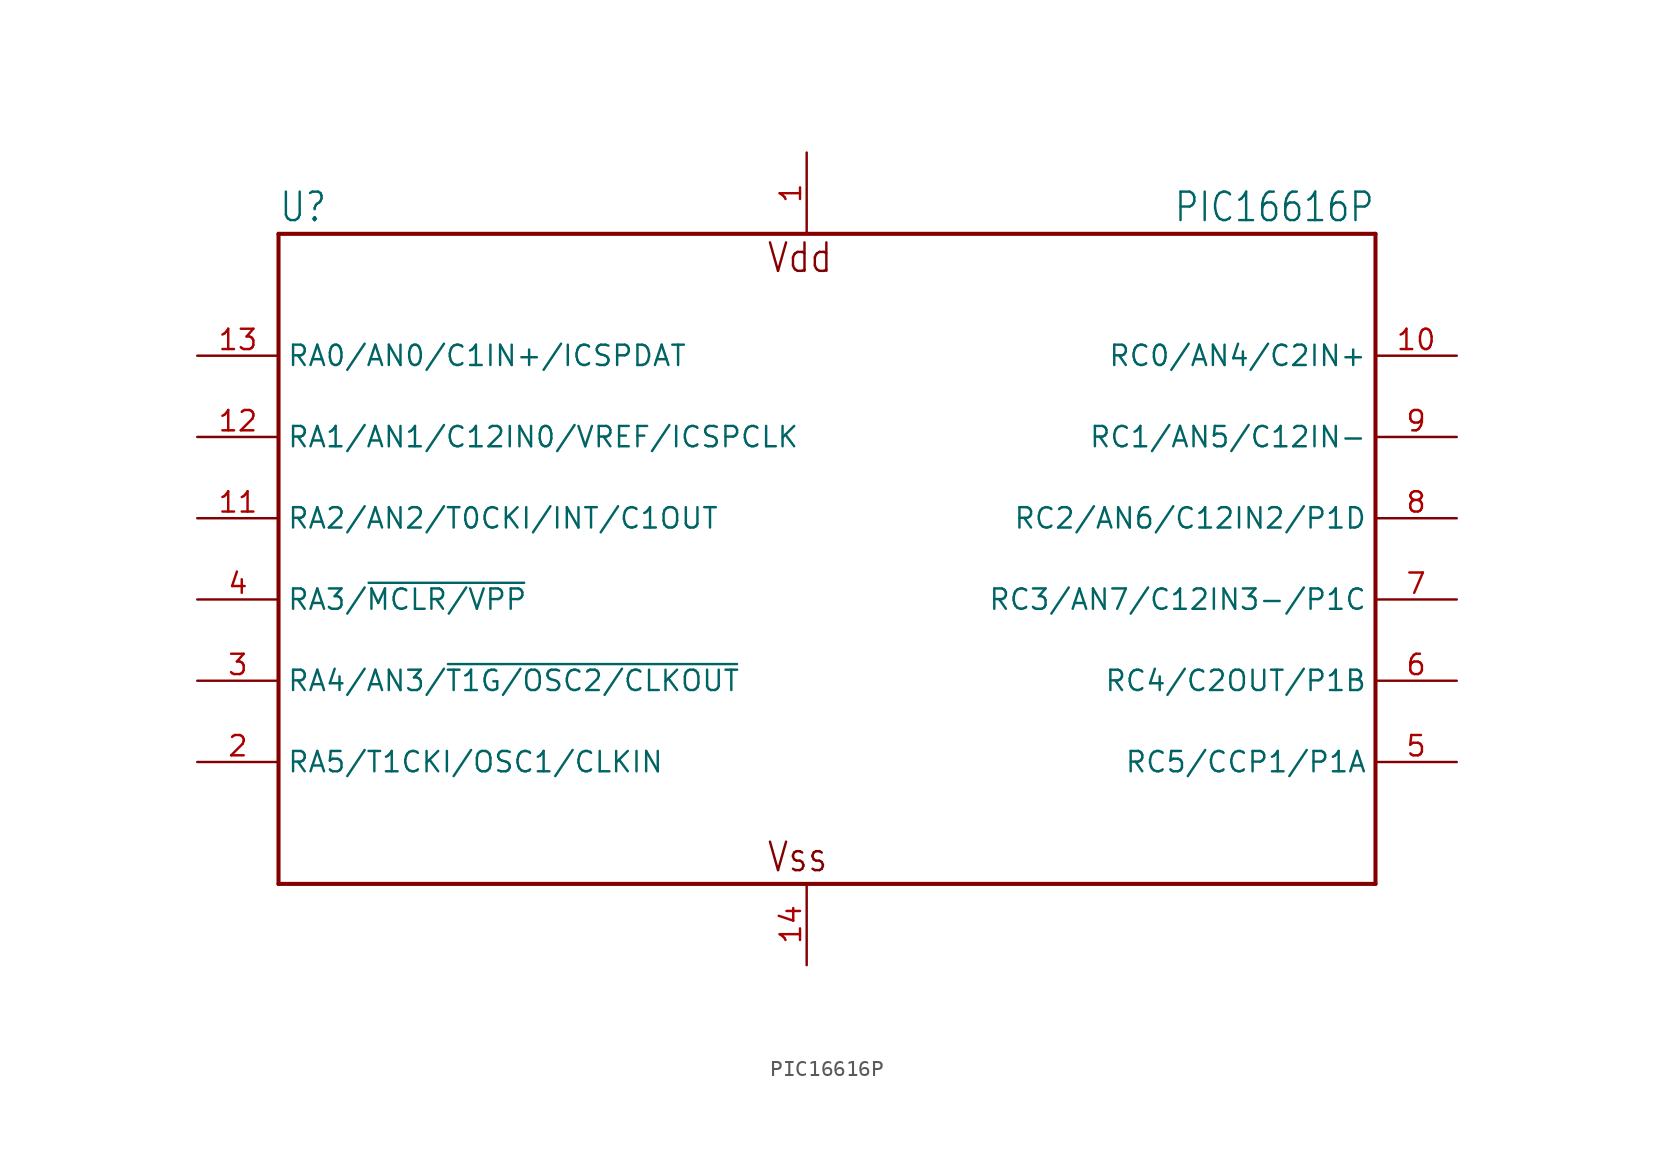
<source format=kicad_sym>
(kicad_symbol_lib
  (version 20211014)
  (generator kicad_symbol_editor)
  (symbol "PIC16616P"
    (property "Reference" "U"
      (at -33.02 20.955 0)
      (effects (font (size 1.778 1.511)) (justify left bottom)))
    (property "Value" "PIC16616P"
      (at 35.56 20.955 0)
      (effects (font (size 1.778 1.511)) (justify right bottom)))
    (property "ki_locked" ""
      (at 0 0 0)
      (effects (font (size 1.27 1.27))))
    (symbol "PIC16616P_1_0"
      (polyline (pts (xy -33.02 -20.32) (xy 35.56 -20.32)) (stroke (width 0.254) (type default) (color 0 0 0 0)) (fill (type none)))
      (polyline (pts (xy -33.02 20.32) (xy -33.02 -20.32)) (stroke (width 0.254) (type default) (color 0 0 0 0)) (fill (type none)))
      (polyline (pts (xy 35.56 -20.32) (xy 35.56 20.32)) (stroke (width 0.254) (type default) (color 0 0 0 0)) (fill (type none)))
      (polyline (pts (xy 35.56 20.32) (xy -33.02 20.32)) (stroke (width 0.254) (type default) (color 0 0 0 0)) (fill (type none)))
      (text "Vdd" (at -2.54 17.78 0) (effects (font (size 1.778 1.511)) (justify left bottom)))
      (text "Vss" (at -2.54 -19.685 0) (effects (font (size 1.778 1.511)) (justify left bottom)))
      (pin power_in line (at 0 25.4 270) (length 5.08) (name "VDD" (effects (font (size 0 0)))) (number "1" (effects (font (size 1.27 1.27)))))
      (pin bidirectional line (at 40.64 12.7 180) (length 5.08) (name "RC0/AN4/C2IN+" (effects (font (size 1.27 1.27)))) (number "10" (effects (font (size 1.27 1.27)))))
      (pin bidirectional line (at -38.1 2.54 0) (length 5.08) (name "RA2/AN2/T0CKI/INT/C1OUT" (effects (font (size 1.27 1.27)))) (number "11" (effects (font (size 1.27 1.27)))))
      (pin bidirectional line (at -38.1 7.62 0) (length 5.08) (name "RA1/AN1/C12IN0/VREF/ICSPCLK" (effects (font (size 1.27 1.27)))) (number "12" (effects (font (size 1.27 1.27)))))
      (pin bidirectional line (at -38.1 12.7 0) (length 5.08) (name "RA0/AN0/C1IN+/ICSPDAT" (effects (font (size 1.27 1.27)))) (number "13" (effects (font (size 1.27 1.27)))))
      (pin power_in line (at 0 -25.4 90) (length 5.08) (name "VSS" (effects (font (size 0 0)))) (number "14" (effects (font (size 1.27 1.27)))))
      (pin bidirectional line (at -38.1 -12.7 0) (length 5.08) (name "RA5/T1CKI/OSC1/CLKIN" (effects (font (size 1.27 1.27)))) (number "2" (effects (font (size 1.27 1.27)))))
      (pin bidirectional line (at -38.1 -7.62 0) (length 5.08) (name "RA4/AN3/~{T1G/OSC2/CLKOUT}" (effects (font (size 1.27 1.27)))) (number "3" (effects (font (size 1.27 1.27)))))
      (pin input line (at -38.1 -2.54 0) (length 5.08) (name "RA3/~{MCLR/VPP}" (effects (font (size 1.27 1.27)))) (number "4" (effects (font (size 1.27 1.27)))))
      (pin bidirectional line (at 40.64 -12.7 180) (length 5.08) (name "RC5/CCP1/P1A" (effects (font (size 1.27 1.27)))) (number "5" (effects (font (size 1.27 1.27)))))
      (pin bidirectional line (at 40.64 -7.62 180) (length 5.08) (name "RC4/C2OUT/P1B" (effects (font (size 1.27 1.27)))) (number "6" (effects (font (size 1.27 1.27)))))
      (pin bidirectional line (at 40.64 -2.54 180) (length 5.08) (name "RC3/AN7/C12IN3-/P1C" (effects (font (size 1.27 1.27)))) (number "7" (effects (font (size 1.27 1.27)))))
      (pin bidirectional line (at 40.64 2.54 180) (length 5.08) (name "RC2/AN6/C12IN2/P1D" (effects (font (size 1.27 1.27)))) (number "8" (effects (font (size 1.27 1.27)))))
      (pin bidirectional line (at 40.64 7.62 180) (length 5.08) (name "RC1/AN5/C12IN-" (effects (font (size 1.27 1.27)))) (number "9" (effects (font (size 1.27 1.27))))))))
</source>
